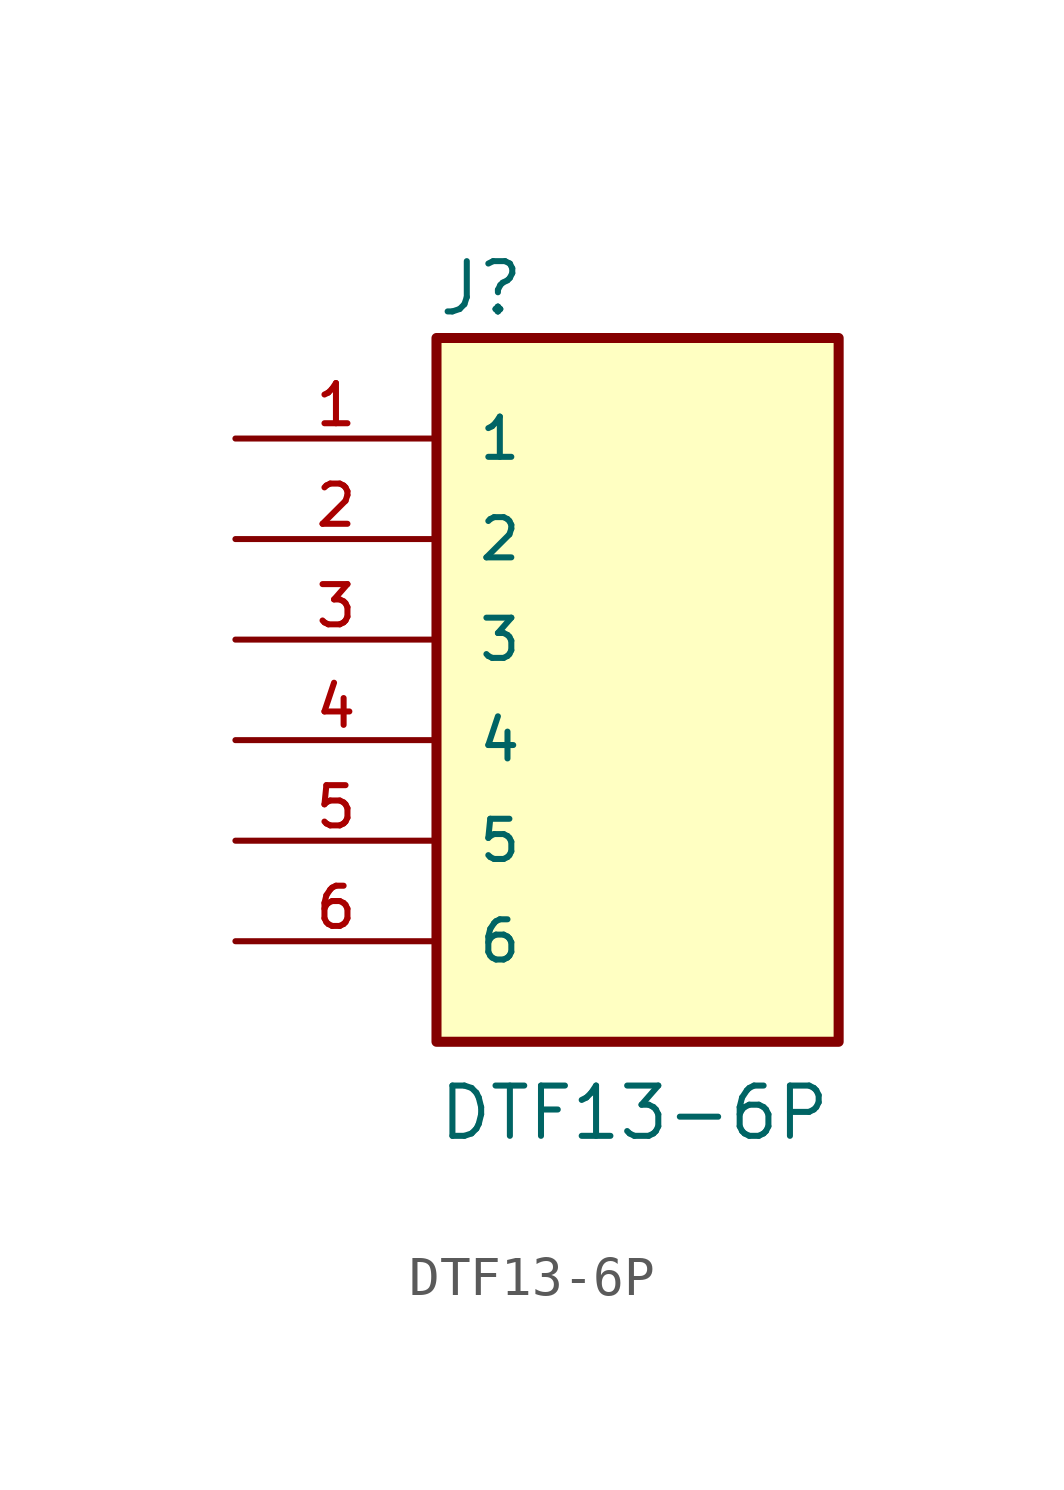
<source format=kicad_sym>
(kicad_symbol_lib
  (version 20211014)
  (generator kicad_symbol_editor)
  (symbol "DTF13-6P"
    (pin_names
      (offset 1.016))
    (property "Reference" "J"
      (at -5.08 8.128 0)
      (effects (font (size 1.27 1.27)) (justify bottom left)))
    (property "Value" "DTF13-6P"
      (at -5.08 -12.7 0)
      (effects (font (size 1.27 1.27)) (justify bottom left)))
    (symbol "DTF13-6P_0_0"
      (rectangle (start -5.08 -10.16) (end 5.08 7.62) (stroke (width 0.254)) (fill (type background)))
      (pin passive line (at -10.16 5.08 0) (length 5.08) (name "1" (effects (font (size 1.016 1.016)))) (number "1" (effects (font (size 1.016 1.016)))))
      (pin passive line (at -10.16 2.54 0) (length 5.08) (name "2" (effects (font (size 1.016 1.016)))) (number "2" (effects (font (size 1.016 1.016)))))
      (pin passive line (at -10.16 0.0 0) (length 5.08) (name "3" (effects (font (size 1.016 1.016)))) (number "3" (effects (font (size 1.016 1.016)))))
      (pin passive line (at -10.16 -2.54 0) (length 5.08) (name "4" (effects (font (size 1.016 1.016)))) (number "4" (effects (font (size 1.016 1.016)))))
      (pin passive line (at -10.16 -5.08 0) (length 5.08) (name "5" (effects (font (size 1.016 1.016)))) (number "5" (effects (font (size 1.016 1.016)))))
      (pin passive line (at -10.16 -7.62 0) (length 5.08) (name "6" (effects (font (size 1.016 1.016)))) (number "6" (effects (font (size 1.016 1.016))))))))
</source>
